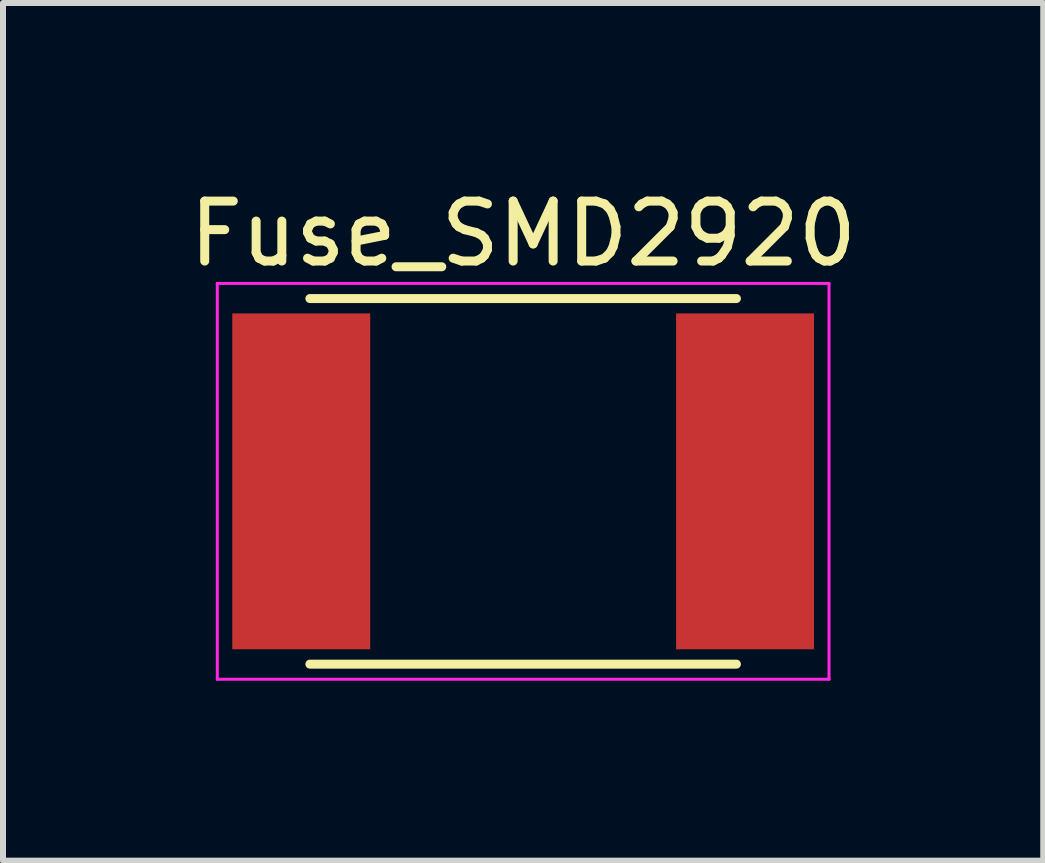
<source format=kicad_pcb>
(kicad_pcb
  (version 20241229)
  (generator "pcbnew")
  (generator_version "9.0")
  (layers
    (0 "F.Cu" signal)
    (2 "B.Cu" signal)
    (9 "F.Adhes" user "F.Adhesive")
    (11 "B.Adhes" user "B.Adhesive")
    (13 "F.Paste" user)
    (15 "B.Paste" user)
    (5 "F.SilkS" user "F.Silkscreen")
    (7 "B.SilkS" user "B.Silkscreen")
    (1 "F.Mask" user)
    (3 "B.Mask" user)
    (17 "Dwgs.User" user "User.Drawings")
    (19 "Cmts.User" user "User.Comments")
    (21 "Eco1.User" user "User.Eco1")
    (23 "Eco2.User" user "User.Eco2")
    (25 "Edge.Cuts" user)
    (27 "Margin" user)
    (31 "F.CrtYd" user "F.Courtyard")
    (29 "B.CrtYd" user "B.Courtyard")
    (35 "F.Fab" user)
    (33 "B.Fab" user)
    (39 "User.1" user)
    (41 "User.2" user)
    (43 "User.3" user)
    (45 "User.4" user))
  (footprint "Fuse_SMD2920"
    (layer "F.Cu")
    (at 5.673 4.976)
    (property "Reference" "Fuse_SMD2920" (at 0 -4.128 0) (layer "F.SilkS") (effects (font (size 1 1) (thickness 0.15))))
    (attr smd)
    (fp_line (start -3.556 -3.048) (end 3.556 -3.048) (stroke (width 0.15) (type solid)) (layer "F.SilkS"))
    (fp_line (start -3.556 3.048) (end 3.556 3.048) (stroke (width 0.15) (type solid)) (layer "F.SilkS"))
    (fp_line (start -5.1 -3.3) (end -5.1 3.3) (stroke (width 0.05) (type solid)) (layer "F.CrtYd"))
    (fp_line (start -5.1 -3.3) (end 5.1 -3.3) (stroke (width 0.05) (type solid)) (layer "F.CrtYd"))
    (fp_line (start -5.1 3.3) (end 5.1 3.3) (stroke (width 0.05) (type solid)) (layer "F.CrtYd"))
    (fp_line (start 5.1 -3.3) (end 5.1 3.3) (stroke (width 0.05) (type solid)) (layer "F.CrtYd"))
    (pad "1" smd rect (at -3.7 0 90) (size 5.6 2.3) (layers "F.Cu" "F.Mask" "F.Paste"))
    (pad "2" smd rect (at 3.7 0 90) (size 5.6 2.3) (layers "F.Cu" "F.Mask" "F.Paste")))
  (gr_rect
    (start -3 -3)
    (end 14.345 11.301)
    (stroke (width 0.1) (type default))
    (fill no)
    (layer "Edge.Cuts")))
</source>
